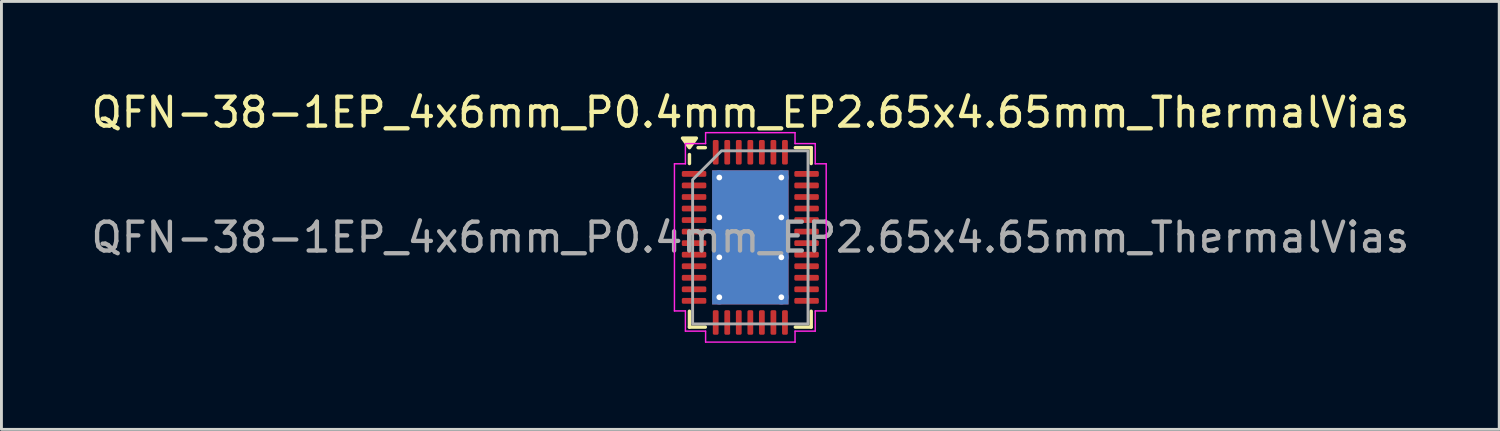
<source format=kicad_pcb>
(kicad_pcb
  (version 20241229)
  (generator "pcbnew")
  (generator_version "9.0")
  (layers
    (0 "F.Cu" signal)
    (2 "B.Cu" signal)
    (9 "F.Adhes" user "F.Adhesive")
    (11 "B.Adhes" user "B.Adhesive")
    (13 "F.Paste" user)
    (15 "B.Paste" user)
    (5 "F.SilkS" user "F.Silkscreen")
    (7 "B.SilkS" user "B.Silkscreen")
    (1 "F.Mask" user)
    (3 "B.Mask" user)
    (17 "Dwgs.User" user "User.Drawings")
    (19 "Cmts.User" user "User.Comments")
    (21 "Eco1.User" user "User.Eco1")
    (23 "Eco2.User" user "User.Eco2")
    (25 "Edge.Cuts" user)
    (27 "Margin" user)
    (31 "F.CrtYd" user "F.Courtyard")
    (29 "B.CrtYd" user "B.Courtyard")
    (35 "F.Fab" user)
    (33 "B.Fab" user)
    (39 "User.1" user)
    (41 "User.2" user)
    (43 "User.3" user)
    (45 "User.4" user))
  (footprint "QFN-38-1EP_4x6mm_P0.4mm_EP2.65x4.65mm_ThermalVias"
    (layer "F.Cu")
    (at 22.958 5.178)
    (property "Reference" "QFN-38-1EP_4x6mm_P0.4mm_EP2.65x4.65mm_ThermalVias" (at 0 -4.33 0) (layer "F.SilkS") (effects (font (size 1 1) (thickness 0.15))))
    (attr smd)
    (fp_line (start -2.11 -2.56) (end -2.11 -2.87) (stroke (width 0.12) (type solid)) (layer "F.SilkS"))
    (fp_line (start -2.11 3.11) (end -2.11 2.56) (stroke (width 0.12) (type solid)) (layer "F.SilkS"))
    (fp_line (start -1.56 -3.11) (end -1.81 -3.11) (stroke (width 0.12) (type solid)) (layer "F.SilkS"))
    (fp_line (start -1.56 3.11) (end -2.11 3.11) (stroke (width 0.12) (type solid)) (layer "F.SilkS"))
    (fp_line (start 1.56 -3.11) (end 2.11 -3.11) (stroke (width 0.12) (type solid)) (layer "F.SilkS"))
    (fp_line (start 1.56 3.11) (end 2.11 3.11) (stroke (width 0.12) (type solid)) (layer "F.SilkS"))
    (fp_line (start 2.11 -3.11) (end 2.11 -2.56) (stroke (width 0.12) (type solid)) (layer "F.SilkS"))
    (fp_line (start 2.11 3.11) (end 2.11 2.56) (stroke (width 0.12) (type solid)) (layer "F.SilkS"))
    (fp_poly (pts (xy -2.11 -3.11) (xy -2.35 -3.44) (xy -1.87 -3.44)) (stroke (width 0.12) (type solid)) (fill yes) (layer "F.SilkS"))
    (fp_line (start -2.63 -2.55) (end -2.25 -2.55) (stroke (width 0.05) (type solid)) (layer "F.CrtYd"))
    (fp_line (start -2.63 2.55) (end -2.63 -2.55) (stroke (width 0.05) (type solid)) (layer "F.CrtYd"))
    (fp_line (start -2.25 -3.25) (end -1.55 -3.25) (stroke (width 0.05) (type solid)) (layer "F.CrtYd"))
    (fp_line (start -2.25 -2.55) (end -2.25 -3.25) (stroke (width 0.05) (type solid)) (layer "F.CrtYd"))
    (fp_line (start -2.25 2.55) (end -2.63 2.55) (stroke (width 0.05) (type solid)) (layer "F.CrtYd"))
    (fp_line (start -2.25 3.25) (end -2.25 2.55) (stroke (width 0.05) (type solid)) (layer "F.CrtYd"))
    (fp_line (start -1.55 -3.63) (end 1.55 -3.63) (stroke (width 0.05) (type solid)) (layer "F.CrtYd"))
    (fp_line (start -1.55 -3.25) (end -1.55 -3.63) (stroke (width 0.05) (type solid)) (layer "F.CrtYd"))
    (fp_line (start -1.55 3.25) (end -2.25 3.25) (stroke (width 0.05) (type solid)) (layer "F.CrtYd"))
    (fp_line (start -1.55 3.63) (end -1.55 3.25) (stroke (width 0.05) (type solid)) (layer "F.CrtYd"))
    (fp_line (start 1.55 -3.63) (end 1.55 -3.25) (stroke (width 0.05) (type solid)) (layer "F.CrtYd"))
    (fp_line (start 1.55 -3.25) (end 2.25 -3.25) (stroke (width 0.05) (type solid)) (layer "F.CrtYd"))
    (fp_line (start 1.55 3.25) (end 1.55 3.63) (stroke (width 0.05) (type solid)) (layer "F.CrtYd"))
    (fp_line (start 1.55 3.63) (end -1.55 3.63) (stroke (width 0.05) (type solid)) (layer "F.CrtYd"))
    (fp_line (start 2.25 -3.25) (end 2.25 -2.55) (stroke (width 0.05) (type solid)) (layer "F.CrtYd"))
    (fp_line (start 2.25 -2.55) (end 2.63 -2.55) (stroke (width 0.05) (type solid)) (layer "F.CrtYd"))
    (fp_line (start 2.25 2.55) (end 2.25 3.25) (stroke (width 0.05) (type solid)) (layer "F.CrtYd"))
    (fp_line (start 2.25 3.25) (end 1.55 3.25) (stroke (width 0.05) (type solid)) (layer "F.CrtYd"))
    (fp_line (start 2.63 -2.55) (end 2.63 2.55) (stroke (width 0.05) (type solid)) (layer "F.CrtYd"))
    (fp_line (start 2.63 2.55) (end 2.25 2.55) (stroke (width 0.05) (type solid)) (layer "F.CrtYd"))
    (fp_poly (pts (xy -2 -2) (xy -2 3) (xy 2 3) (xy 2 -3) (xy -1 -3)) (stroke (width 0.1) (type solid)) (fill no) (layer "F.Fab"))
    (fp_text user "${REFERENCE}" (at 0 0 0) (layer "F.Fab") (effects (font (size 1 1) (thickness 0.15))))
    (pad "" smd roundrect (at -0.66 -1.74) (size 1.15 1.01) (layers "F.Paste") (roundrect_rratio 0.248))
    (pad "" smd roundrect (at -0.66 -0.58) (size 1.15 1.01) (layers "F.Paste") (roundrect_rratio 0.248))
    (pad "" smd roundrect (at -0.66 0.58) (size 1.15 1.01) (layers "F.Paste") (roundrect_rratio 0.248))
    (pad "" smd roundrect (at -0.66 1.74) (size 1.15 1.01) (layers "F.Paste") (roundrect_rratio 0.248))
    (pad "" smd roundrect (at 0.66 -1.74) (size 1.15 1.01) (layers "F.Paste") (roundrect_rratio 0.248))
    (pad "" smd roundrect (at 0.66 -0.58) (size 1.15 1.01) (layers "F.Paste") (roundrect_rratio 0.248))
    (pad "" smd roundrect (at 0.66 0.58) (size 1.15 1.01) (layers "F.Paste") (roundrect_rratio 0.248))
    (pad "" smd roundrect (at 0.66 1.74) (size 1.15 1.01) (layers "F.Paste") (roundrect_rratio 0.248))
    (pad "1" smd roundrect (at -1.95 -2.2) (size 0.85 0.2) (layers "F.Cu" "F.Mask" "F.Paste") (roundrect_rratio 0.25))
    (pad "2" smd roundrect (at -1.95 -1.8) (size 0.85 0.2) (layers "F.Cu" "F.Mask" "F.Paste") (roundrect_rratio 0.25))
    (pad "3" smd roundrect (at -1.95 -1.4) (size 0.85 0.2) (layers "F.Cu" "F.Mask" "F.Paste") (roundrect_rratio 0.25))
    (pad "4" smd roundrect (at -1.95 -1) (size 0.85 0.2) (layers "F.Cu" "F.Mask" "F.Paste") (roundrect_rratio 0.25))
    (pad "5" smd roundrect (at -1.95 -0.6) (size 0.85 0.2) (layers "F.Cu" "F.Mask" "F.Paste") (roundrect_rratio 0.25))
    (pad "6" smd roundrect (at -1.95 -0.2) (size 0.85 0.2) (layers "F.Cu" "F.Mask" "F.Paste") (roundrect_rratio 0.25))
    (pad "7" smd roundrect (at -1.95 0.2) (size 0.85 0.2) (layers "F.Cu" "F.Mask" "F.Paste") (roundrect_rratio 0.25))
    (pad "8" smd roundrect (at -1.95 0.6) (size 0.85 0.2) (layers "F.Cu" "F.Mask" "F.Paste") (roundrect_rratio 0.25))
    (pad "9" smd roundrect (at -1.95 1) (size 0.85 0.2) (layers "F.Cu" "F.Mask" "F.Paste") (roundrect_rratio 0.25))
    (pad "10" smd roundrect (at -1.95 1.4) (size 0.85 0.2) (layers "F.Cu" "F.Mask" "F.Paste") (roundrect_rratio 0.25))
    (pad "11" smd roundrect (at -1.95 1.8) (size 0.85 0.2) (layers "F.Cu" "F.Mask" "F.Paste") (roundrect_rratio 0.25))
    (pad "12" smd roundrect (at -1.95 2.2) (size 0.85 0.2) (layers "F.Cu" "F.Mask" "F.Paste") (roundrect_rratio 0.25))
    (pad "13" smd roundrect (at -1.2 2.95) (size 0.2 0.85) (layers "F.Cu" "F.Mask" "F.Paste") (roundrect_rratio 0.25))
    (pad "14" smd roundrect (at -0.8 2.95) (size 0.2 0.85) (layers "F.Cu" "F.Mask" "F.Paste") (roundrect_rratio 0.25))
    (pad "15" smd roundrect (at -0.4 2.95) (size 0.2 0.85) (layers "F.Cu" "F.Mask" "F.Paste") (roundrect_rratio 0.25))
    (pad "16" smd roundrect (at 0 2.95) (size 0.2 0.85) (layers "F.Cu" "F.Mask" "F.Paste") (roundrect_rratio 0.25))
    (pad "17" smd roundrect (at 0.4 2.95) (size 0.2 0.85) (layers "F.Cu" "F.Mask" "F.Paste") (roundrect_rratio 0.25))
    (pad "18" smd roundrect (at 0.8 2.95) (size 0.2 0.85) (layers "F.Cu" "F.Mask" "F.Paste") (roundrect_rratio 0.25))
    (pad "19" smd roundrect (at 1.2 2.95) (size 0.2 0.85) (layers "F.Cu" "F.Mask" "F.Paste") (roundrect_rratio 0.25))
    (pad "20" smd roundrect (at 1.95 2.2) (size 0.85 0.2) (layers "F.Cu" "F.Mask" "F.Paste") (roundrect_rratio 0.25))
    (pad "21" smd roundrect (at 1.95 1.8) (size 0.85 0.2) (layers "F.Cu" "F.Mask" "F.Paste") (roundrect_rratio 0.25))
    (pad "22" smd roundrect (at 1.95 1.4) (size 0.85 0.2) (layers "F.Cu" "F.Mask" "F.Paste") (roundrect_rratio 0.25))
    (pad "23" smd roundrect (at 1.95 1) (size 0.85 0.2) (layers "F.Cu" "F.Mask" "F.Paste") (roundrect_rratio 0.25))
    (pad "24" smd roundrect (at 1.95 0.6) (size 0.85 0.2) (layers "F.Cu" "F.Mask" "F.Paste") (roundrect_rratio 0.25))
    (pad "25" smd roundrect (at 1.95 0.2) (size 0.85 0.2) (layers "F.Cu" "F.Mask" "F.Paste") (roundrect_rratio 0.25))
    (pad "26" smd roundrect (at 1.95 -0.2) (size 0.85 0.2) (layers "F.Cu" "F.Mask" "F.Paste") (roundrect_rratio 0.25))
    (pad "27" smd roundrect (at 1.95 -0.6) (size 0.85 0.2) (layers "F.Cu" "F.Mask" "F.Paste") (roundrect_rratio 0.25))
    (pad "28" smd roundrect (at 1.95 -1) (size 0.85 0.2) (layers "F.Cu" "F.Mask" "F.Paste") (roundrect_rratio 0.25))
    (pad "29" smd roundrect (at 1.95 -1.4) (size 0.85 0.2) (layers "F.Cu" "F.Mask" "F.Paste") (roundrect_rratio 0.25))
    (pad "30" smd roundrect (at 1.95 -1.8) (size 0.85 0.2) (layers "F.Cu" "F.Mask" "F.Paste") (roundrect_rratio 0.25))
    (pad "31" smd roundrect (at 1.95 -2.2) (size 0.85 0.2) (layers "F.Cu" "F.Mask" "F.Paste") (roundrect_rratio 0.25))
    (pad "32" smd roundrect (at 1.2 -2.95) (size 0.2 0.85) (layers "F.Cu" "F.Mask" "F.Paste") (roundrect_rratio 0.25))
    (pad "33" smd roundrect (at 0.8 -2.95) (size 0.2 0.85) (layers "F.Cu" "F.Mask" "F.Paste") (roundrect_rratio 0.25))
    (pad "34" smd roundrect (at 0.4 -2.95) (size 0.2 0.85) (layers "F.Cu" "F.Mask" "F.Paste") (roundrect_rratio 0.25))
    (pad "35" smd roundrect (at 0 -2.95) (size 0.2 0.85) (layers "F.Cu" "F.Mask" "F.Paste") (roundrect_rratio 0.25))
    (pad "36" smd roundrect (at -0.4 -2.95) (size 0.2 0.85) (layers "F.Cu" "F.Mask" "F.Paste") (roundrect_rratio 0.25))
    (pad "37" smd roundrect (at -0.8 -2.95) (size 0.2 0.85) (layers "F.Cu" "F.Mask" "F.Paste") (roundrect_rratio 0.25))
    (pad "38" smd roundrect (at -1.2 -2.95) (size 0.2 0.85) (layers "F.Cu" "F.Mask" "F.Paste") (roundrect_rratio 0.25))
    (pad "39" thru_hole circle (at -1.075 -2.075) (size 0.5 0.5) (drill 0.2) (property pad_prop_heatsink) (layers "*.Cu"))
    (pad "39" thru_hole circle (at -1.075 -0.692) (size 0.5 0.5) (drill 0.2) (property pad_prop_heatsink) (layers "*.Cu"))
    (pad "39" thru_hole circle (at -1.075 0.692) (size 0.5 0.5) (drill 0.2) (property pad_prop_heatsink) (layers "*.Cu"))
    (pad "39" thru_hole circle (at -1.075 2.075) (size 0.5 0.5) (drill 0.2) (property pad_prop_heatsink) (layers "*.Cu"))
    (pad "39" smd rect (at 0 0) (size 2.65 4.65) (property pad_prop_heatsink) (layers "F.Cu" "F.Mask"))
    (pad "39" smd rect (at 0 0) (size 2.65 4.65) (property pad_prop_heatsink) (layers "B.Cu"))
    (pad "39" thru_hole circle (at 1.075 -2.075) (size 0.5 0.5) (drill 0.2) (property pad_prop_heatsink) (layers "*.Cu"))
    (pad "39" thru_hole circle (at 1.075 -0.692) (size 0.5 0.5) (drill 0.2) (property pad_prop_heatsink) (layers "*.Cu"))
    (pad "39" thru_hole circle (at 1.075 0.692) (size 0.5 0.5) (drill 0.2) (property pad_prop_heatsink) (layers "*.Cu"))
    (pad "39" thru_hole circle (at 1.075 2.075) (size 0.5 0.5) (drill 0.2) (property pad_prop_heatsink) (layers "*.Cu")))
  (gr_rect
    (start -3 -3)
    (end 48.917 11.833)
    (stroke (width 0.1) (type default))
    (fill no)
    (layer "Edge.Cuts")))
</source>
